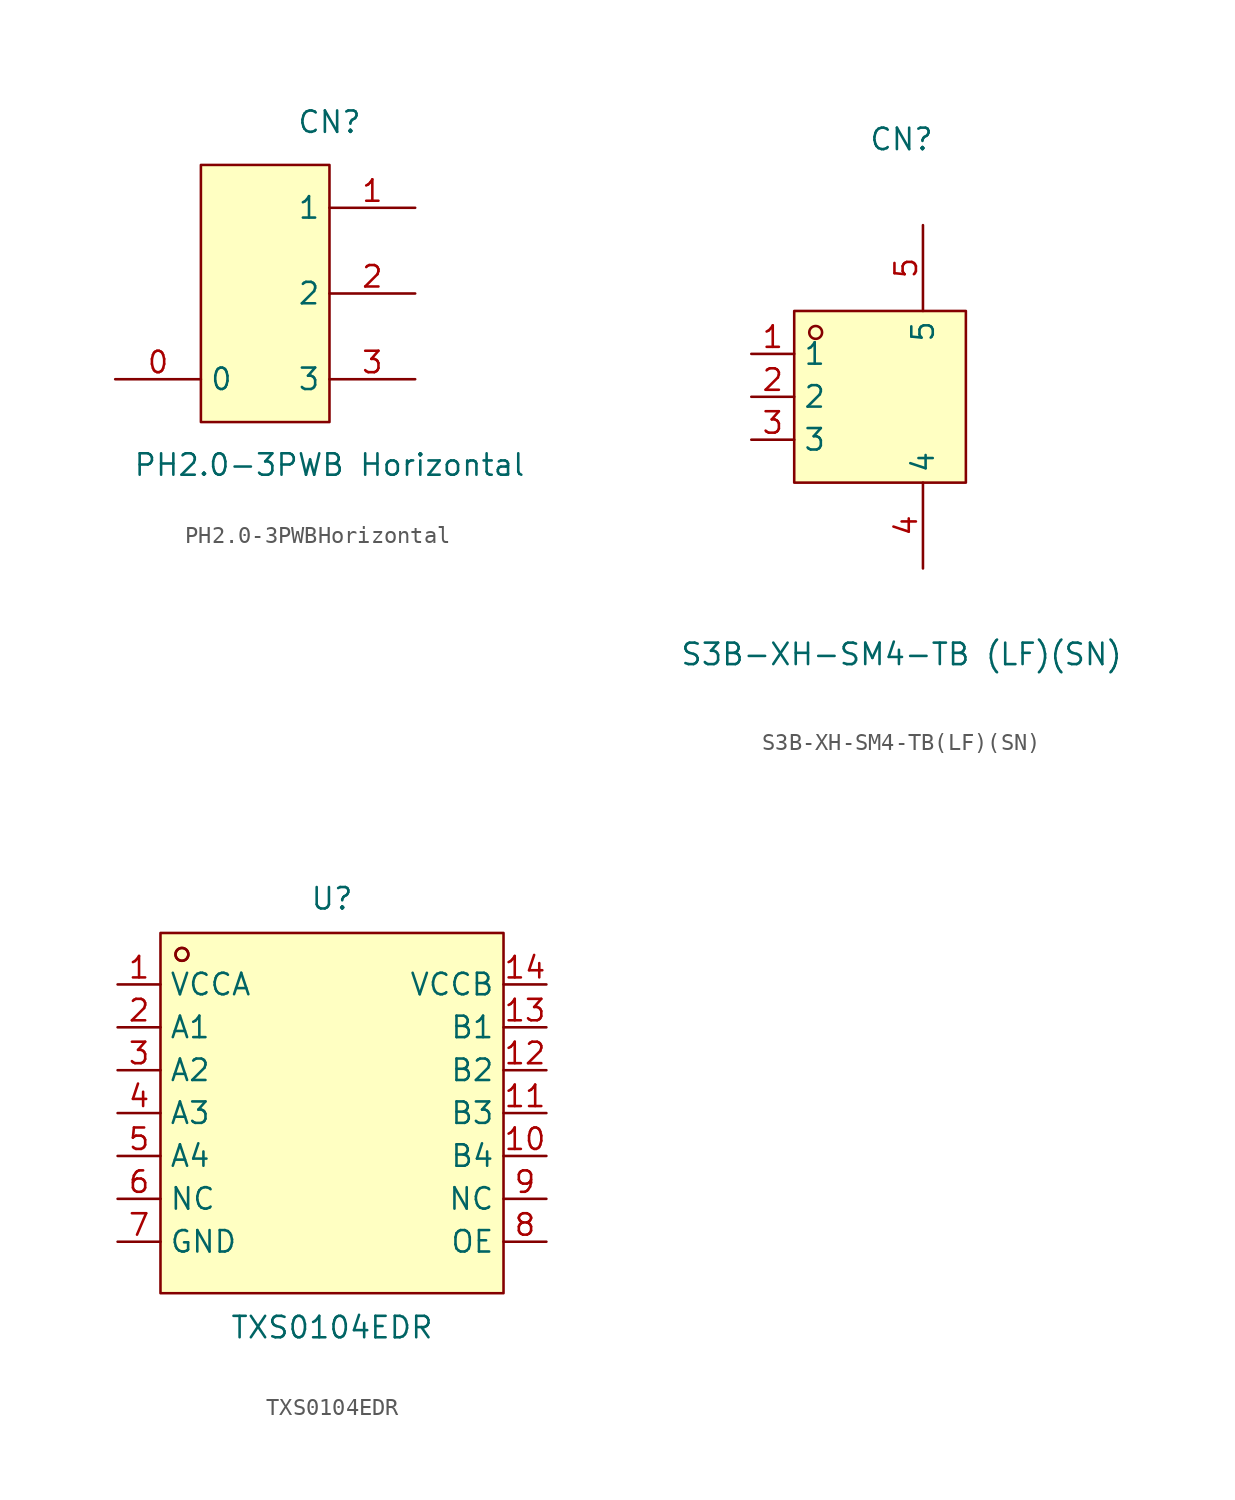
<source format=kicad_sym>
(kicad_symbol_lib
  (version 20211014)
  (generator https://github.com/uPesy/easyeda2kicad.py)
  (symbol "PH2.0-3PWBHorizontal"
    (property "Reference" "CN"
      (at 0 10.16 0)
      (effects (font (size 1.27 1.27))))
    (property "Value" "PH2.0-3PWB Horizontal"
      (at 0 -10.16 0)
      (effects (font (size 1.27 1.27))))
    (symbol "PH2.0-3PWBHorizontal_0_1"
      (rectangle (start -7.62 7.62) (end 0.00 -7.62) (stroke (width 0) (type default) (color 0 0 0 0)) (fill (type background)))
      (pin input line (at 5.08 5.08 180) (length 5.08) (name "1" (effects (font (size 1.27 1.27)))) (number "1" (effects (font (size 1.27 1.27)))))
      (pin input line (at 5.08 -0.00 180) (length 5.08) (name "2" (effects (font (size 1.27 1.27)))) (number "2" (effects (font (size 1.27 1.27)))))
      (pin input line (at 5.08 -5.08 180) (length 5.08) (name "3" (effects (font (size 1.27 1.27)))) (number "3" (effects (font (size 1.27 1.27)))))
      (pin unspecified line (at -12.70 -5.08 0) (length 5.08) (name "0" (effects (font (size 1.27 1.27)))) (number "0" (effects (font (size 1.27 1.27)))))))
  (symbol "S3B-XH-SM4-TB(LF)(SN)"
    (property "Reference" "CN"
      (at 0 15.24 0)
      (effects (font (size 1.27 1.27))))
    (property "Value" "S3B-XH-SM4-TB (LF)(SN)"
      (at 0 -15.24 0)
      (effects (font (size 1.27 1.27))))
    (symbol "S3B-XH-SM4-TB(LF)(SN)_0_1"
      (rectangle (start -6.35 5.08) (end 3.81 -5.08) (stroke (width 0) (type default) (color 0 0 0 0)) (fill (type background)))
      (circle (center -5.08 3.81) (radius 0.38) (stroke (width 0) (type default) (color 0 0 0 0)) (fill (type none)))
      (pin unspecified line (at -8.89 2.54 0) (length 2.54) (name "1" (effects (font (size 1.27 1.27)))) (number "1" (effects (font (size 1.27 1.27)))))
      (pin unspecified line (at -8.89 -0.00 0) (length 2.54) (name "2" (effects (font (size 1.27 1.27)))) (number "2" (effects (font (size 1.27 1.27)))))
      (pin unspecified line (at -8.89 -2.54 0) (length 2.54) (name "3" (effects (font (size 1.27 1.27)))) (number "3" (effects (font (size 1.27 1.27)))))
      (pin unspecified line (at 1.27 -10.16 90) (length 5.08) (name "4" (effects (font (size 1.27 1.27)))) (number "4" (effects (font (size 1.27 1.27)))))
      (pin unspecified line (at 1.27 10.16 270) (length 5.08) (name "5" (effects (font (size 1.27 1.27)))) (number "5" (effects (font (size 1.27 1.27)))))))
  (symbol "TXS0104EDR"
    (property "Reference" "U"
      (at 0 12.70 0)
      (effects (font (size 1.27 1.27))))
    (property "Value" "TXS0104EDR"
      (at 0 -12.70 0)
      (effects (font (size 1.27 1.27))))
    (symbol "TXS0104EDR_0_1"
      (rectangle (start -10.16 10.67) (end 10.16 -10.67) (stroke (width 0) (type default) (color 0 0 0 0)) (fill (type background)))
      (circle (center -8.89 9.40) (radius 0.38) (stroke (width 0) (type default) (color 0 0 0 0)) (fill (type none)))
      (circle (center -8.89 9.40) (radius 0.38) (stroke (width 0) (type default) (color 0 0 0 0)) (fill (type none)))
      (pin unspecified line (at -12.70 7.62 0) (length 2.54) (name "VCCA" (effects (font (size 1.27 1.27)))) (number "1" (effects (font (size 1.27 1.27)))))
      (pin unspecified line (at -12.70 5.08 0) (length 2.54) (name "A1" (effects (font (size 1.27 1.27)))) (number "2" (effects (font (size 1.27 1.27)))))
      (pin unspecified line (at -12.70 2.54 0) (length 2.54) (name "A2" (effects (font (size 1.27 1.27)))) (number "3" (effects (font (size 1.27 1.27)))))
      (pin unspecified line (at -12.70 -0.00 0) (length 2.54) (name "A3" (effects (font (size 1.27 1.27)))) (number "4" (effects (font (size 1.27 1.27)))))
      (pin unspecified line (at -12.70 -2.54 0) (length 2.54) (name "A4" (effects (font (size 1.27 1.27)))) (number "5" (effects (font (size 1.27 1.27)))))
      (pin unspecified line (at -12.70 -5.08 0) (length 2.54) (name "NC" (effects (font (size 1.27 1.27)))) (number "6" (effects (font (size 1.27 1.27)))))
      (pin unspecified line (at -12.70 -7.62 0) (length 2.54) (name "GND" (effects (font (size 1.27 1.27)))) (number "7" (effects (font (size 1.27 1.27)))))
      (pin unspecified line (at 12.70 -7.62 180) (length 2.54) (name "OE" (effects (font (size 1.27 1.27)))) (number "8" (effects (font (size 1.27 1.27)))))
      (pin unspecified line (at 12.70 -5.08 180) (length 2.54) (name "NC" (effects (font (size 1.27 1.27)))) (number "9" (effects (font (size 1.27 1.27)))))
      (pin unspecified line (at 12.70 -2.54 180) (length 2.54) (name "B4" (effects (font (size 1.27 1.27)))) (number "10" (effects (font (size 1.27 1.27)))))
      (pin unspecified line (at 12.70 -0.00 180) (length 2.54) (name "B3" (effects (font (size 1.27 1.27)))) (number "11" (effects (font (size 1.27 1.27)))))
      (pin unspecified line (at 12.70 2.54 180) (length 2.54) (name "B2" (effects (font (size 1.27 1.27)))) (number "12" (effects (font (size 1.27 1.27)))))
      (pin unspecified line (at 12.70 5.08 180) (length 2.54) (name "B1" (effects (font (size 1.27 1.27)))) (number "13" (effects (font (size 1.27 1.27)))))
      (pin unspecified line (at 12.70 7.62 180) (length 2.54) (name "VCCB" (effects (font (size 1.27 1.27)))) (number "14" (effects (font (size 1.27 1.27))))))))
</source>
